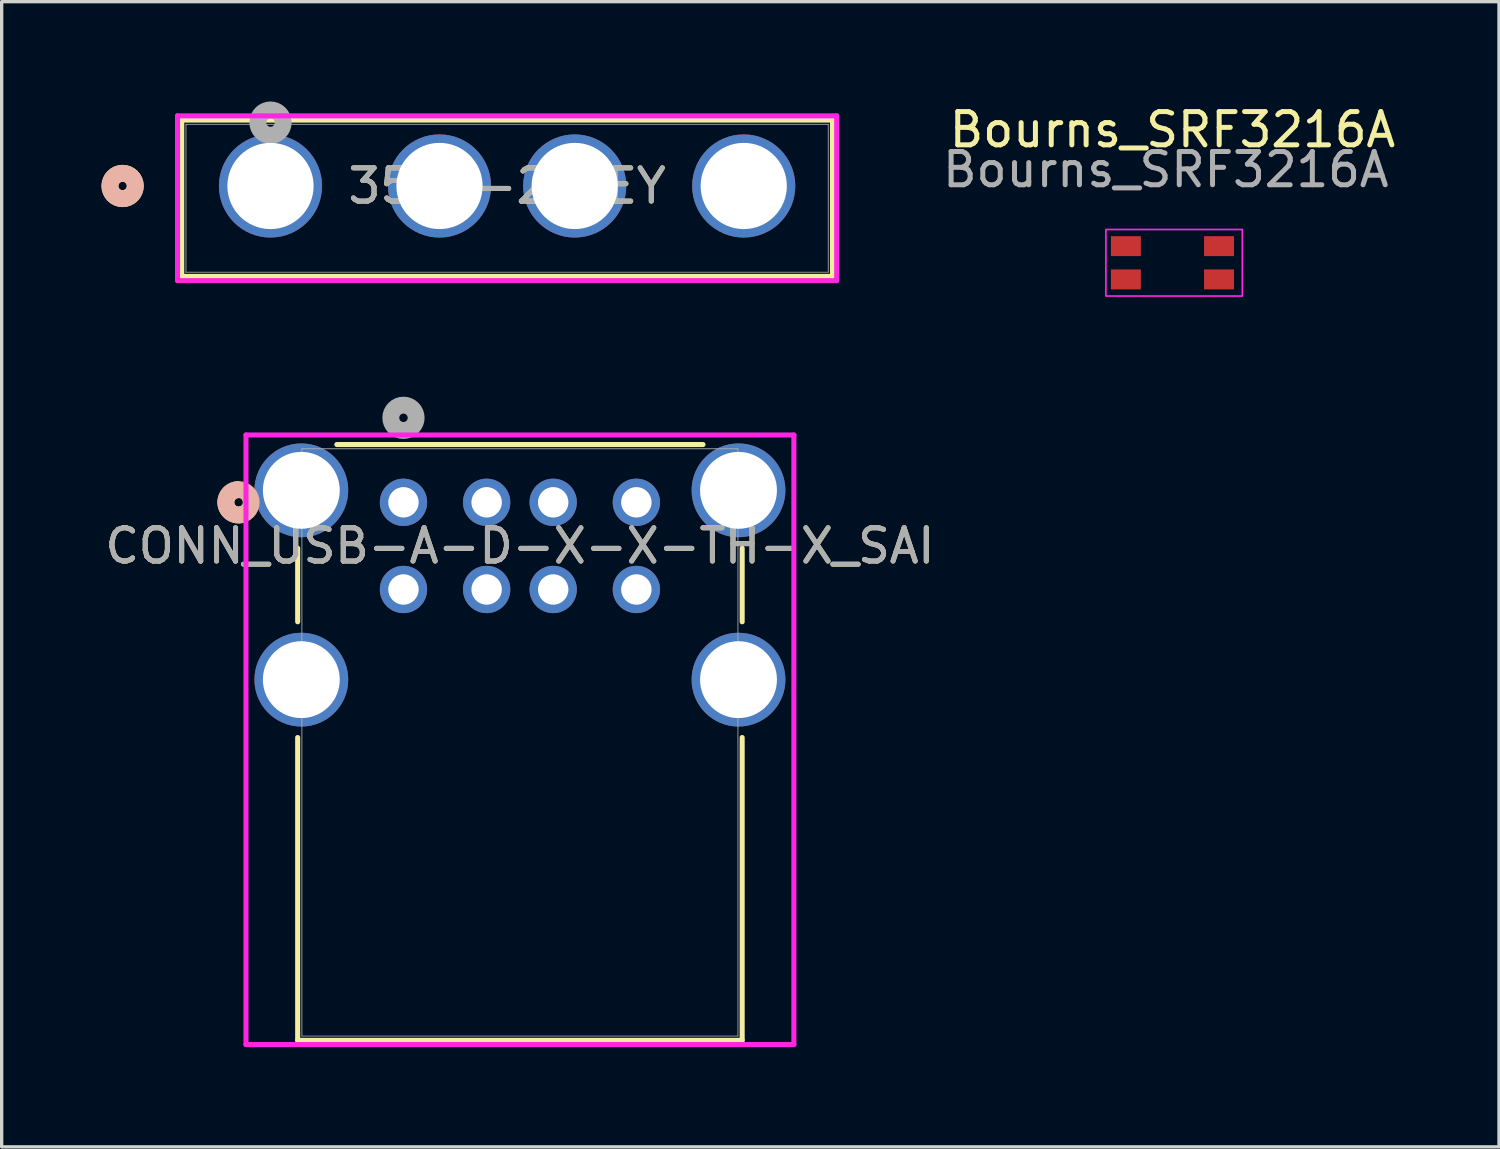
<source format=kicad_pcb>
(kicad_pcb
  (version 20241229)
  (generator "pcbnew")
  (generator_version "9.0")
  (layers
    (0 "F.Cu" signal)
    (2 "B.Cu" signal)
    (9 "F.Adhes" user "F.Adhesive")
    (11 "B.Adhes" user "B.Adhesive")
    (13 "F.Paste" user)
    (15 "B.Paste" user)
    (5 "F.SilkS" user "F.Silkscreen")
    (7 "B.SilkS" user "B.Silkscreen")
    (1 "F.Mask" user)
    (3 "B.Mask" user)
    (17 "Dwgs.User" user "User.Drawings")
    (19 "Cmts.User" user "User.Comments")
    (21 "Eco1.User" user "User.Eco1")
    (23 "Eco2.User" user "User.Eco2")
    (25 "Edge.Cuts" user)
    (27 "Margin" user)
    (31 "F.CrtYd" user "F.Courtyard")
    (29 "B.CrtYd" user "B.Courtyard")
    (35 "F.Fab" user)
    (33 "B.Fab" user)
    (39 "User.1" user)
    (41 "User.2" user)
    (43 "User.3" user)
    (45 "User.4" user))
  (footprint "CONN_USB-A-D-X-X-TH-X_SAI"
    (layer "F.Cu")
    (at 9.077 12.048)
    (property "Reference" "CONN_USB-A-D-X-X-TH-X_SAI" (at 3.5 1.31 0) (unlocked yes) (layer "F.SilkS") (effects (font (size 1 1) (thickness 0.15))))
    (attr through_hole)
    (fp_line (start -3.18 1.379) (end -3.18 3.591) (stroke (width 0.152) (type solid)) (layer "F.SilkS"))
    (fp_line (start -3.18 7.069) (end -3.18 16.17) (stroke (width 0.152) (type solid)) (layer "F.SilkS"))
    (fp_line (start -3.18 16.17) (end 10.18 16.17) (stroke (width 0.152) (type solid)) (layer "F.SilkS"))
    (fp_line (start 9.003 -1.737) (end -2.003 -1.737) (stroke (width 0.152) (type solid)) (layer "F.SilkS"))
    (fp_line (start 10.18 3.591) (end 10.18 1.379) (stroke (width 0.152) (type solid)) (layer "F.SilkS"))
    (fp_line (start 10.18 16.17) (end 10.18 7.069) (stroke (width 0.152) (type solid)) (layer "F.SilkS"))
    (fp_arc (start -4.848373 0.364827) (mid -5.332476 0.071268) (end -4.990135 -0.379659) (stroke (width 0.508) (type solid)) (layer "F.SilkS"))
    (fp_circle (center -4.958 0) (end -4.577 0) (stroke (width 0.508) (type solid)) (fill no) (layer "B.SilkS"))
    (fp_line (start -4.734 -2.023) (end -4.734 16.297) (stroke (width 0.152) (type solid)) (layer "F.CrtYd"))
    (fp_line (start -4.734 16.297) (end 11.734 16.297) (stroke (width 0.152) (type solid)) (layer "F.CrtYd"))
    (fp_line (start 11.734 -2.023) (end -4.734 -2.023) (stroke (width 0.152) (type solid)) (layer "F.CrtYd"))
    (fp_line (start 11.734 16.297) (end 11.734 -2.023) (stroke (width 0.152) (type solid)) (layer "F.CrtYd"))
    (fp_line (start -3.053 -1.61) (end -3.053 16.043) (stroke (width 0.025) (type solid)) (layer "F.Fab"))
    (fp_line (start -3.053 16.043) (end 10.053 16.043) (stroke (width 0.025) (type solid)) (layer "F.Fab"))
    (fp_line (start 10.053 -1.61) (end -3.053 -1.61) (stroke (width 0.025) (type solid)) (layer "F.Fab"))
    (fp_line (start 10.053 16.043) (end 10.053 -1.61) (stroke (width 0.025) (type solid)) (layer "F.Fab"))
    (fp_circle (center 0 -2.54) (end 0.381 -2.54) (stroke (width 0.508) (type solid)) (fill no) (layer "F.Fab"))
    (fp_text user "${REFERENCE}" (at 3.5 1.31 0) (unlocked yes) (layer "F.Fab") (effects (font (size 1 1) (thickness 0.15))))
    (pad "1" thru_hole circle (at 0 0) (size 1.422 1.422) (drill 0.914) (layers "*.Cu" "*.Mask"))
    (pad "2" thru_hole circle (at 2.5 0) (size 1.422 1.422) (drill 0.914) (layers "*.Cu" "*.Mask"))
    (pad "3" thru_hole circle (at 4.5 0) (size 1.422 1.422) (drill 0.914) (layers "*.Cu" "*.Mask"))
    (pad "4" thru_hole circle (at 7 0) (size 1.422 1.422) (drill 0.914) (layers "*.Cu" "*.Mask"))
    (pad "5" thru_hole circle (at 0 2.62) (size 1.422 1.422) (drill 0.914) (layers "*.Cu" "*.Mask"))
    (pad "6" thru_hole circle (at 2.5 2.62) (size 1.422 1.422) (drill 0.914) (layers "*.Cu" "*.Mask"))
    (pad "7" thru_hole circle (at 4.5 2.62) (size 1.422 1.422) (drill 0.914) (layers "*.Cu" "*.Mask"))
    (pad "8" thru_hole circle (at 7 2.62) (size 1.422 1.422) (drill 0.914) (layers "*.Cu" "*.Mask"))
    (pad "9" thru_hole circle (at -3.07 5.33 90) (size 2.819 2.819) (drill 2.311) (layers "*.Cu" "*.Mask"))
    (pad "10" thru_hole circle (at 10.07 5.33 90) (size 2.819 2.819) (drill 2.311) (layers "*.Cu" "*.Mask"))
    (pad "11" thru_hole circle (at -3.07 -0.36 90) (size 2.819 2.819) (drill 2.311) (layers "*.Cu" "*.Mask"))
    (pad "12" thru_hole circle (at 10.07 -0.36 90) (size 2.819 2.819) (drill 2.311) (layers "*.Cu" "*.Mask")))
  (footprint "Bourns_SRF3216A"
    (layer "F.Cu")
    (at 32.19 4.848)
    (property "Reference" "Bourns_SRF3216A" (at 0 -4 180) (layer "F.SilkS") (effects (font (size 1 1) (thickness 0.15))))
    (attr smd)
    (fp_rect (start -2 -1) (end 2.1 1) (stroke (width 0.05) (type default)) (fill no) (layer "F.CrtYd"))
    (fp_text user "${REFERENCE}" (at -0.2 -2.8 0) (layer "F.Fab") (effects (font (size 1 1) (thickness 0.15))))
    (pad "1" smd rect (at -1.4 0.5) (size 0.9 0.6) (layers "F.Cu" "F.Mask" "F.Paste"))
    (pad "2" smd rect (at 1.4 0.5) (size 0.9 0.6) (layers "F.Cu" "F.Mask" "F.Paste"))
    (pad "3" smd rect (at 1.4 -0.5) (size 0.9 0.6) (layers "F.Cu" "F.Mask" "F.Paste"))
    (pad "4" smd rect (at -1.4 -0.5) (size 0.9 0.6) (layers "F.Cu" "F.Mask" "F.Paste")))
  (footprint "3522-2_KEY"
    (layer "F.Cu")
    (at 5.08 2.54)
    (property "Reference" "3522-2_KEY" (at 7.112 0 0) (unlocked yes) (layer "F.SilkS") (effects (font (size 1 1) (thickness 0.15))))
    (attr through_hole)
    (fp_line (start -2.667 -1.981) (end -2.667 2.718) (stroke (width 0.152) (type solid)) (layer "F.SilkS"))
    (fp_line (start -2.667 2.718) (end 16.891 2.718) (stroke (width 0.152) (type solid)) (layer "F.SilkS"))
    (fp_line (start 16.891 -1.981) (end -2.667 -1.981) (stroke (width 0.152) (type solid)) (layer "F.SilkS"))
    (fp_line (start 16.891 2.718) (end 16.891 -1.981) (stroke (width 0.152) (type solid)) (layer "F.SilkS"))
    (fp_circle (center -4.445 0) (end -4.064 0) (stroke (width 0.508) (type solid)) (fill no) (layer "F.SilkS"))
    (fp_circle (center -4.445 0) (end -4.064 0) (stroke (width 0.508) (type solid)) (fill no) (layer "B.SilkS"))
    (fp_line (start -2.794 -2.108) (end -2.794 2.845) (stroke (width 0.152) (type solid)) (layer "F.CrtYd"))
    (fp_line (start -2.794 2.845) (end 17.018 2.845) (stroke (width 0.152) (type solid)) (layer "F.CrtYd"))
    (fp_line (start 17.018 -2.108) (end -2.794 -2.108) (stroke (width 0.152) (type solid)) (layer "F.CrtYd"))
    (fp_line (start 17.018 2.845) (end 17.018 -2.108) (stroke (width 0.152) (type solid)) (layer "F.CrtYd"))
    (fp_line (start -2.54 -1.854) (end -2.54 2.591) (stroke (width 0.025) (type solid)) (layer "F.Fab"))
    (fp_line (start -2.54 2.591) (end 16.764 2.591) (stroke (width 0.025) (type solid)) (layer "F.Fab"))
    (fp_line (start 16.764 -1.854) (end -2.54 -1.854) (stroke (width 0.025) (type solid)) (layer "F.Fab"))
    (fp_line (start 16.764 2.591) (end 16.764 -1.854) (stroke (width 0.025) (type solid)) (layer "F.Fab"))
    (fp_circle (center 0 -1.905) (end 0.381 -1.905) (stroke (width 0.508) (type solid)) (fill no) (layer "F.Fab"))
    (fp_text user "${REFERENCE}" (at 7.112 0 0) (unlocked yes) (layer "F.Fab") (effects (font (size 1 1) (thickness 0.15))))
    (pad "1" thru_hole circle (at 0 0) (size 3.099 3.099) (drill 2.591) (layers "*.Cu" "*.Mask"))
    (pad "2" thru_hole circle (at 5.08 0) (size 3.099 3.099) (drill 2.591) (layers "*.Cu" "*.Mask"))
    (pad "3" thru_hole circle (at 9.144 0) (size 3.099 3.099) (drill 2.591) (layers "*.Cu" "*.Mask"))
    (pad "4" thru_hole circle (at 14.224 0) (size 3.099 3.099) (drill 2.591) (layers "*.Cu" "*.Mask")))
  (gr_rect
    (start -3 -3)
    (end 42.005 31.421)
    (stroke (width 0.1) (type default))
    (fill no)
    (layer "Edge.Cuts")))
</source>
